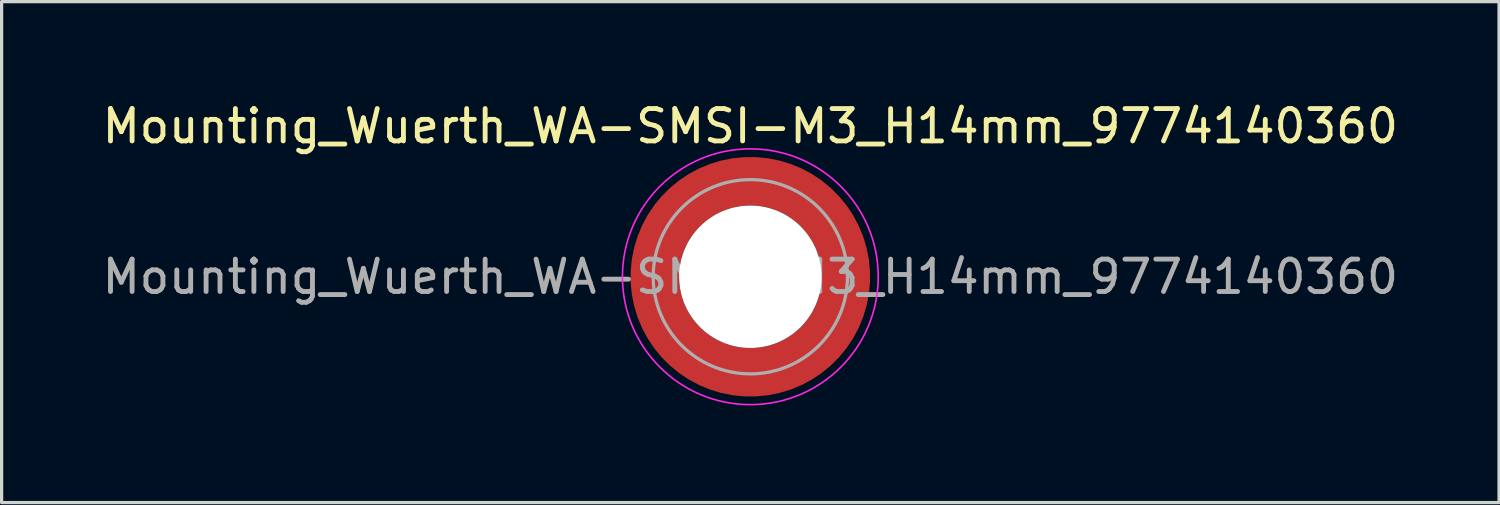
<source format=kicad_pcb>
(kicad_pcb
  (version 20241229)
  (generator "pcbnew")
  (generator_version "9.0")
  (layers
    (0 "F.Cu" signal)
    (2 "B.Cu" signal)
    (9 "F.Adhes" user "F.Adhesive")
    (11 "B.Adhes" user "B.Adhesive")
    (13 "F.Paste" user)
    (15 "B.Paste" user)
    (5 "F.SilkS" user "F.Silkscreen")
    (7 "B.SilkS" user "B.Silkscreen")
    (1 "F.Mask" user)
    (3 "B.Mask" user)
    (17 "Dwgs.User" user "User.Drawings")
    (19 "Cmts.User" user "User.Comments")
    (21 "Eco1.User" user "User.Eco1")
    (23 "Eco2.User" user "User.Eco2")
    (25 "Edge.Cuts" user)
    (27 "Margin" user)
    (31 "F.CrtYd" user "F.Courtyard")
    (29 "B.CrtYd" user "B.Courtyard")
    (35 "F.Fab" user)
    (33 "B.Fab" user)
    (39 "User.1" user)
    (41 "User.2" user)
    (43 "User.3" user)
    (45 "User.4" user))
  (footprint "Mounting_Wuerth_WA-SMSI-M3_H14mm_9774140360"
    (layer "F.Cu")
    (at 20.125 5.498)
    (property "Reference" "Mounting_Wuerth_WA-SMSI-M3_H14mm_9774140360" (at 0 -4.65 0) (layer "F.SilkS") (effects (font (size 1 1) (thickness 0.15))))
    (attr smd allow_soldermask_bridges)
    (fp_circle (center 0 0) (end 3.95 0) (stroke (width 0.05) (type solid)) (fill no) (layer "F.CrtYd"))
    (fp_circle (center 0 0) (end 3 0) (stroke (width 0.1) (type solid)) (fill no) (layer "F.Fab"))
    (fp_text user "${REFERENCE}" (at 0 0 0) (layer "F.Fab") (effects (font (size 1 1) (thickness 0.15))))
    (pad "" smd custom (at -2.058 -2.058) (size 0.55 0.55) (layers "F.Paste") (options (anchor circle)) (primitives (gr_arc (start -0.377294 1.707681) (mid 0.318198 0.318198) (end 1.707681 -0.377294) (width 0.2)) (gr_arc (start -0.478281 1.707681) (mid 0.247487 0.247487) (end 1.707681 -0.478281) (width 0.2)) (gr_arc (start -0.579192 1.707681) (mid 0.176777 0.176777) (end 1.707681 -0.579192) (width 0.2)) (gr_arc (start -0.680037 1.707681) (mid 0.106066 0.106066) (end 1.707681 -0.680037) (width 0.2)) (gr_arc (start -0.780822 1.707681) (mid 0.035355 0.035355) (end 1.707681 -0.780822) (width 0.2)) (gr_arc (start -0.881554 1.707681) (mid -0.035355 -0.035355) (end 1.707681 -0.881554) (width 0.2)) (gr_arc (start -0.982237 1.707681) (mid -0.106066 -0.106066) (end 1.707681 -0.982237) (width 0.2)) (gr_arc (start -1.082877 1.707681) (mid -0.176777 -0.176777) (end 1.707681 -1.082877) (width 0.2)) (gr_arc (start -1.183476 1.707681) (mid -0.247487 -0.247487) (end 1.707681 -1.183476) (width 0.2)) (gr_arc (start -1.28404 1.707681) (mid -0.318198 -0.318198) (end 1.707681 -1.28404) (width 0.2)) (gr_line (start 1.708 -0.377) (end 1.708 -1.284) (width 0.2)) (gr_line (start -0.377 1.708) (end -1.284 1.708) (width 0.2))))
    (pad "" smd custom (at -2.058 2.058) (size 0.55 0.55) (layers "F.Paste") (options (anchor circle)) (primitives (gr_arc (start 1.707681 0.377294) (mid 0.318198 -0.318198) (end -0.377294 -1.707681) (width 0.2)) (gr_arc (start 1.707681 0.478281) (mid 0.247487 -0.247487) (end -0.478281 -1.707681) (width 0.2)) (gr_arc (start 1.707681 0.579192) (mid 0.176777 -0.176777) (end -0.579192 -1.707681) (width 0.2)) (gr_arc (start 1.707681 0.680037) (mid 0.106066 -0.106066) (end -0.680037 -1.707681) (width 0.2)) (gr_arc (start 1.707681 0.780822) (mid 0.035355 -0.035355) (end -0.780822 -1.707681) (width 0.2)) (gr_arc (start 1.707681 0.881554) (mid -0.035355 0.035355) (end -0.881554 -1.707681) (width 0.2)) (gr_arc (start 1.707681 0.982237) (mid -0.106066 0.106066) (end -0.982237 -1.707681) (width 0.2)) (gr_arc (start 1.707681 1.082877) (mid -0.176777 0.176777) (end -1.082877 -1.707681) (width 0.2)) (gr_arc (start 1.707681 1.183476) (mid -0.247487 0.247487) (end -1.183476 -1.707681) (width 0.2)) (gr_arc (start 1.707681 1.28404) (mid -0.318198 0.318198) (end -1.28404 -1.707681) (width 0.2)) (gr_line (start -0.377 -1.708) (end -1.284 -1.708) (width 0.2)) (gr_line (start 1.708 0.377) (end 1.708 1.284) (width 0.2))))
    (pad "" np_thru_hole circle (at 0 0) (size 4.4 4.4) (drill 4.4) (layers "*.Cu" "*.Mask"))
    (pad "" smd custom (at 2.058 -2.058) (size 0.55 0.55) (layers "F.Paste") (options (anchor circle)) (primitives (gr_arc (start -1.707681 -0.377294) (mid -0.318198 0.318198) (end 0.377294 1.707681) (width 0.2)) (gr_arc (start -1.707681 -0.478281) (mid -0.247487 0.247487) (end 0.478281 1.707681) (width 0.2)) (gr_arc (start -1.707681 -0.579192) (mid -0.176777 0.176777) (end 0.579192 1.707681) (width 0.2)) (gr_arc (start -1.707681 -0.680037) (mid -0.106066 0.106066) (end 0.680037 1.707681) (width 0.2)) (gr_arc (start -1.707681 -0.780822) (mid -0.035355 0.035355) (end 0.780822 1.707681) (width 0.2)) (gr_arc (start -1.707681 -0.881554) (mid 0.035355 -0.035355) (end 0.881554 1.707681) (width 0.2)) (gr_arc (start -1.707681 -0.982237) (mid 0.106066 -0.106066) (end 0.982237 1.707681) (width 0.2)) (gr_arc (start -1.707681 -1.082877) (mid 0.176777 -0.176777) (end 1.082877 1.707681) (width 0.2)) (gr_arc (start -1.707681 -1.183476) (mid 0.247487 -0.247487) (end 1.183476 1.707681) (width 0.2)) (gr_arc (start -1.707681 -1.28404) (mid 0.318198 -0.318198) (end 1.28404 1.707681) (width 0.2)) (gr_line (start 0.377 1.708) (end 1.284 1.708) (width 0.2)) (gr_line (start -1.708 -0.377) (end -1.708 -1.284) (width 0.2))))
    (pad "" smd custom (at 2.058 2.058) (size 0.55 0.55) (layers "F.Paste") (options (anchor circle)) (primitives (gr_arc (start 0.377294 -1.707681) (mid -0.318198 -0.318198) (end -1.707681 0.377294) (width 0.2)) (gr_arc (start 0.478281 -1.707681) (mid -0.247487 -0.247487) (end -1.707681 0.478281) (width 0.2)) (gr_arc (start 0.579192 -1.707681) (mid -0.176777 -0.176777) (end -1.707681 0.579192) (width 0.2)) (gr_arc (start 0.680037 -1.707681) (mid -0.106066 -0.106066) (end -1.707681 0.680037) (width 0.2)) (gr_arc (start 0.780822 -1.707681) (mid -0.035355 -0.035355) (end -1.707681 0.780822) (width 0.2)) (gr_arc (start 0.881554 -1.707681) (mid 0.035355 0.035355) (end -1.707681 0.881554) (width 0.2)) (gr_arc (start 0.982237 -1.707681) (mid 0.106066 0.106066) (end -1.707681 0.982237) (width 0.2)) (gr_arc (start 1.082877 -1.707681) (mid 0.176777 0.176777) (end -1.707681 1.082877) (width 0.2)) (gr_arc (start 1.183476 -1.707681) (mid 0.247487 0.247487) (end -1.707681 1.183476) (width 0.2)) (gr_arc (start 1.28404 -1.707681) (mid 0.318198 0.318198) (end -1.707681 1.28404) (width 0.2)) (gr_line (start -1.708 0.377) (end -1.708 1.284) (width 0.2)) (gr_line (start 0.377 -1.708) (end 1.284 -1.708) (width 0.2))))
    (pad "1" smd circle (at -2.95 0) (size 0.992 0.992) (layers "F.Cu"))
    (pad "1" smd circle (at 0 -2.95) (size 0.992 0.992) (layers "F.Cu"))
    (pad "1" smd circle (at 0 2.95) (size 0.992 0.992) (layers "F.Cu"))
    (pad "1" smd custom (at 2.95 0) (size 1.5 1.5) (layers "F.Cu" "F.Mask") (options (anchor circle)) (primitives (gr_circle (center -2.95 0) (end 0 0) (width 1.5) (fill no)))))
  (gr_rect
    (start -3 -3)
    (end 43.25 12.473)
    (stroke (width 0.1) (type default))
    (fill no)
    (layer "Edge.Cuts")))
</source>
